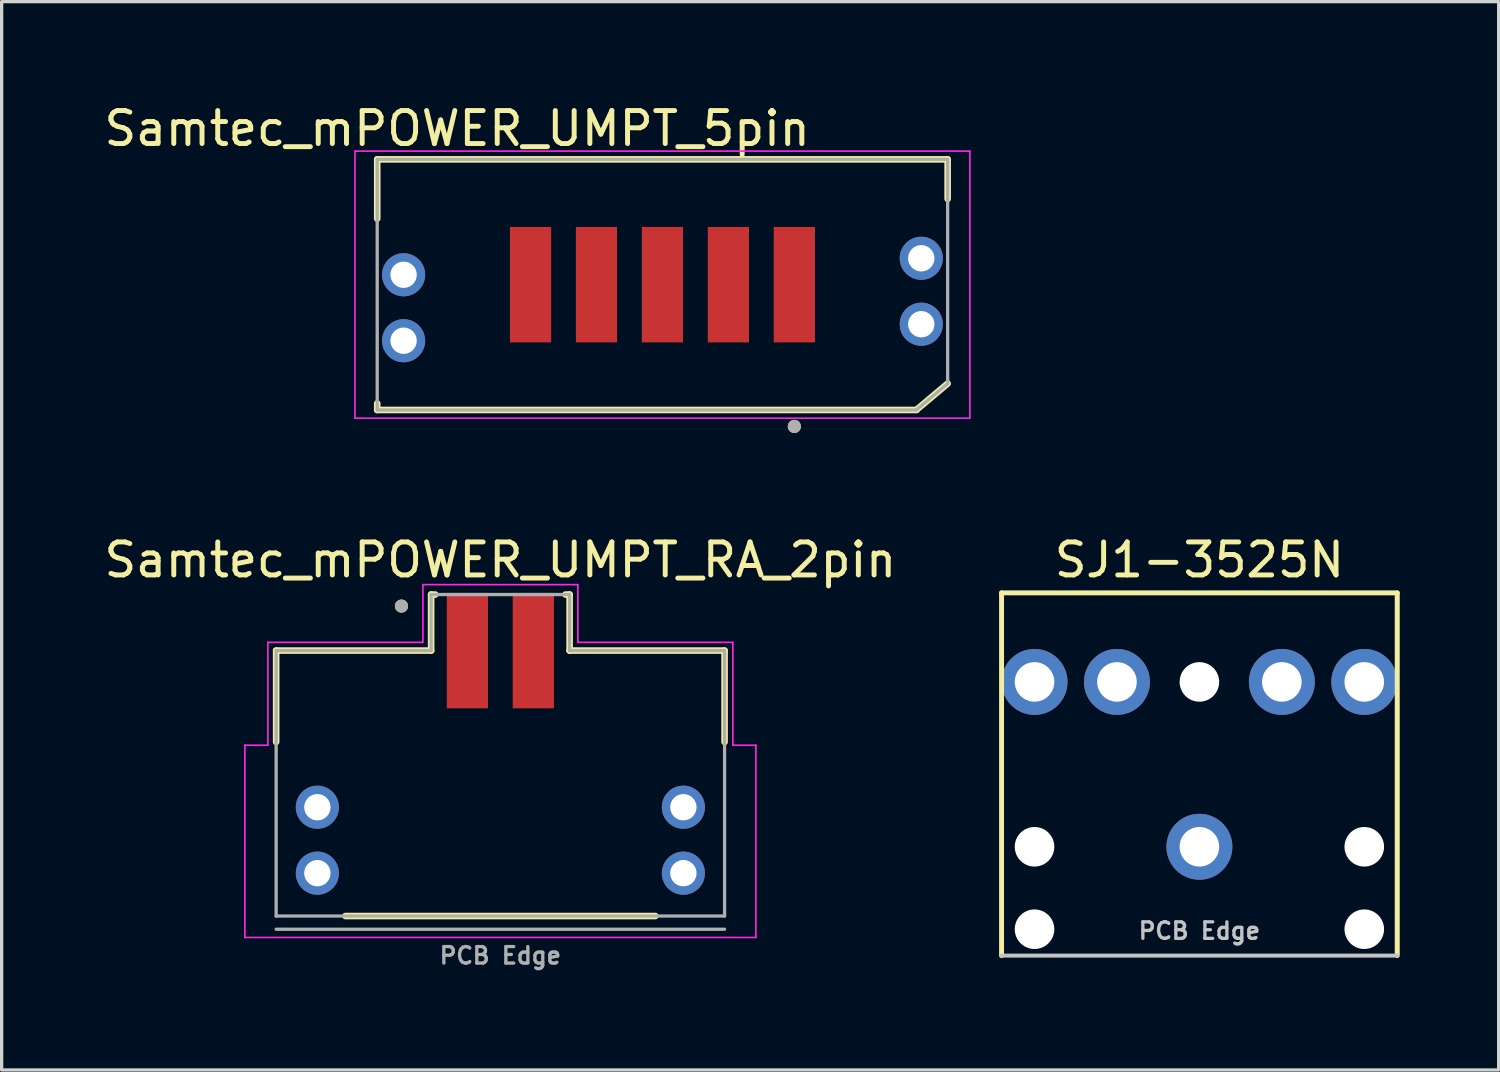
<source format=kicad_pcb>
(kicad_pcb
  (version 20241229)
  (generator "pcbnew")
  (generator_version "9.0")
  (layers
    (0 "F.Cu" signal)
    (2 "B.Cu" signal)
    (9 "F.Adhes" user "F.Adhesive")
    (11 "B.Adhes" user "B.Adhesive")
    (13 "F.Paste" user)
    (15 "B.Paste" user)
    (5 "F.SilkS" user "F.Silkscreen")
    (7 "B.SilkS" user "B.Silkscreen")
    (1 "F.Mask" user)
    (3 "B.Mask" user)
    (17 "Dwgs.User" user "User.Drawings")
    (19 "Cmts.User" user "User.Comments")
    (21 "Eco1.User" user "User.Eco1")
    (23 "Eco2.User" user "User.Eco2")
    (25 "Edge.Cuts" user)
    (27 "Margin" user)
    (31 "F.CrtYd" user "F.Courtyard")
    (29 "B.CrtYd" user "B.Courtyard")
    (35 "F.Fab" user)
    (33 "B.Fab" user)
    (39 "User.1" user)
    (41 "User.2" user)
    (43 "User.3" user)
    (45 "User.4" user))
  (footprint "Samtec_mPOWER_UMPT_RA_2pin"
    (layer "F.Cu")
    (at 12.125 22.431)
    (property "Reference" "Samtec_mPOWER_UMPT_RA_2pin" (at 0 -8.5 0) (layer "F.SilkS") (effects (font (size 1 1) (thickness 0.15))))
    (attr through_hole)
    (fp_line (start -6.8 -5.75) (end -6.8 -2.98) (stroke (width 0.2) (type solid)) (layer "F.SilkS"))
    (fp_line (start -6.8 -5.75) (end -2.1 -5.75) (stroke (width 0.2) (type solid)) (layer "F.SilkS"))
    (fp_line (start -2.1 -7.45) (end -1.975 -7.45) (stroke (width 0.2) (type solid)) (layer "F.SilkS"))
    (fp_line (start -2.1 -5.75) (end -2.1 -7.45) (stroke (width 0.2) (type solid)) (layer "F.SilkS"))
    (fp_line (start 1.975 -7.45) (end 2.1 -7.45) (stroke (width 0.2) (type solid)) (layer "F.SilkS"))
    (fp_line (start 2.1 -7.45) (end 2.1 -5.75) (stroke (width 0.2) (type solid)) (layer "F.SilkS"))
    (fp_line (start 2.1 -5.75) (end 6.8 -5.75) (stroke (width 0.2) (type solid)) (layer "F.SilkS"))
    (fp_line (start 4.7 2.3) (end -4.7 2.3) (stroke (width 0.2) (type solid)) (layer "F.SilkS"))
    (fp_line (start 6.8 -5.75) (end 6.8 -2.98) (stroke (width 0.2) (type solid)) (layer "F.SilkS"))
    (fp_circle (center -3 -7.1) (end -2.9 -7.1) (stroke (width 0.2) (type solid)) (fill no) (layer "F.SilkS"))
    (fp_poly (pts (xy -7.5 -2.63) (xy -5.05 -2.63) (xy -5.05 -0.35) (xy -7.5 -0.35)) (stroke (width 0.01) (type solid)) (fill yes) (layer "F.Paste"))
    (fp_poly (pts (xy -7.5 0.35) (xy -5.05 0.35) (xy -5.05 2.63) (xy -7.5 2.63)) (stroke (width 0.01) (type solid)) (fill yes) (layer "F.Paste"))
    (fp_poly (pts (xy 5.05 -2.63) (xy 7.5 -2.63) (xy 7.5 -0.35) (xy 5.05 -0.35)) (stroke (width 0.01) (type solid)) (fill yes) (layer "F.Paste"))
    (fp_poly (pts (xy 5.05 0.35) (xy 7.5 0.35) (xy 7.5 2.63) (xy 5.05 2.63)) (stroke (width 0.01) (type solid)) (fill yes) (layer "F.Paste"))
    (fp_line (start -7.75 -2.88) (end -7.75 2.95) (stroke (width 0.05) (type solid)) (layer "F.CrtYd"))
    (fp_line (start -7.75 2.95) (end 7.75 2.95) (stroke (width 0.05) (type solid)) (layer "F.CrtYd"))
    (fp_line (start -7.05 -6) (end -2.35 -6) (stroke (width 0.05) (type solid)) (layer "F.CrtYd"))
    (fp_line (start -7.05 -2.88) (end -7.75 -2.88) (stroke (width 0.05) (type solid)) (layer "F.CrtYd"))
    (fp_line (start -7.05 -2.88) (end -7.05 -6) (stroke (width 0.05) (type solid)) (layer "F.CrtYd"))
    (fp_line (start -2.35 -7.75) (end 2.35 -7.75) (stroke (width 0.05) (type solid)) (layer "F.CrtYd"))
    (fp_line (start -2.35 -6) (end -2.35 -7.75) (stroke (width 0.05) (type solid)) (layer "F.CrtYd"))
    (fp_line (start 2.35 -7.75) (end 2.35 -6) (stroke (width 0.05) (type solid)) (layer "F.CrtYd"))
    (fp_line (start 2.35 -6) (end 7.05 -6) (stroke (width 0.05) (type solid)) (layer "F.CrtYd"))
    (fp_line (start 7.05 -6) (end 7.05 -2.88) (stroke (width 0.05) (type solid)) (layer "F.CrtYd"))
    (fp_line (start 7.05 -2.88) (end 7.75 -2.88) (stroke (width 0.05) (type solid)) (layer "F.CrtYd"))
    (fp_line (start 7.75 -2.88) (end 7.75 2.95) (stroke (width 0.05) (type solid)) (layer "F.CrtYd"))
    (fp_line (start -6.8 -5.75) (end -2.1 -5.75) (stroke (width 0.1) (type solid)) (layer "F.Fab"))
    (fp_line (start -6.8 2.3) (end -6.8 -5.75) (stroke (width 0.1) (type solid)) (layer "F.Fab"))
    (fp_line (start -6.8 2.7) (end 6.8 2.7) (stroke (width 0.1) (type solid)) (layer "F.Fab"))
    (fp_line (start -2.1 -7.45) (end 2.1 -7.45) (stroke (width 0.1) (type solid)) (layer "F.Fab"))
    (fp_line (start -2.1 -5.75) (end -2.1 -7.45) (stroke (width 0.1) (type solid)) (layer "F.Fab"))
    (fp_line (start 2.1 -7.45) (end 2.1 -5.75) (stroke (width 0.1) (type solid)) (layer "F.Fab"))
    (fp_line (start 2.1 -5.75) (end 6.8 -5.75) (stroke (width 0.1) (type solid)) (layer "F.Fab"))
    (fp_line (start 6.8 -5.75) (end 6.8 2.3) (stroke (width 0.1) (type solid)) (layer "F.Fab"))
    (fp_line (start 6.8 2.3) (end -6.8 2.3) (stroke (width 0.1) (type solid)) (layer "F.Fab"))
    (fp_circle (center -3 -7.1) (end -2.9 -7.1) (stroke (width 0.2) (type solid)) (fill no) (layer "F.Fab"))
    (fp_text user "PCB Edge" (at 0 3.5 0) (layer "F.Fab") (effects (font (size 0.5 0.5) (thickness 0.1))))
    (pad "1" smd rect (at -1 -5.75) (size 1.25 3.5) (layers "F.Cu" "F.Mask" "F.Paste"))
    (pad "2" smd rect (at 1 -5.75) (size 1.25 3.5) (layers "F.Cu" "F.Mask" "F.Paste"))
    (pad "MP" thru_hole circle (at -5.55 -1) (size 1.308 1.308) (drill 0.8) (layers "*.Cu" "*.Mask"))
    (pad "MP" thru_hole circle (at -5.55 1) (size 1.308 1.308) (drill 0.8) (layers "*.Cu" "*.Mask"))
    (pad "MP" thru_hole circle (at 5.55 -1) (size 1.308 1.308) (drill 0.8) (layers "*.Cu" "*.Mask"))
    (pad "MP" thru_hole circle (at 5.55 1) (size 1.308 1.308) (drill 0.8) (layers "*.Cu" "*.Mask")))
  (footprint "SJ1-3525N"
    (layer "F.Cu")
    (at 33.325 25.931)
    (property "Reference" "SJ1-3525N" (at 0 -12 0) (layer "F.SilkS") (effects (font (size 1 1) (thickness 0.15))))
    (attr through_hole)
    (fp_line (start -6 -11) (end 6 -11) (stroke (width 0.15) (type solid)) (layer "F.SilkS"))
    (fp_line (start -6 0) (end -6 -11) (stroke (width 0.15) (type solid)) (layer "F.SilkS"))
    (fp_line (start 6 0) (end 6 -11) (stroke (width 0.15) (type solid)) (layer "F.SilkS"))
    (fp_line (start -6 0) (end 6 0) (stroke (width 0.12) (type solid)) (layer "Dwgs.User"))
    (fp_text user "PCB Edge" (at 0 -0.75 0) (layer "Dwgs.User") (effects (font (size 0.5 0.5) (thickness 0.1))))
    (pad "" np_thru_hole circle (at -5 -3.3) (size 1.2 1.2) (drill 1.2) (layers "*.Cu" "*.Mask"))
    (pad "" np_thru_hole circle (at -5 -0.8) (size 1.2 1.2) (drill 1.2) (layers "*.Cu" "*.Mask"))
    (pad "" np_thru_hole circle (at 0 -8.3) (size 1.2 1.2) (drill 1.2) (layers "*.Cu" "*.Mask"))
    (pad "" np_thru_hole circle (at 5 -3.3) (size 1.2 1.2) (drill 1.2) (layers "*.Cu" "*.Mask"))
    (pad "" np_thru_hole circle (at 5 -0.8) (size 1.2 1.2) (drill 1.2) (layers "*.Cu" "*.Mask"))
    (pad "R" thru_hole circle (at -5 -8.3) (size 2 2) (drill 1.2) (layers "*.Cu" "*.Mask"))
    (pad "RN" thru_hole circle (at -2.5 -8.3 90) (size 2 2) (drill 1.2) (layers "*.Cu" "*.Mask"))
    (pad "S" thru_hole circle (at 0 -3.3) (size 2 2) (drill 1.2) (layers "*.Cu" "*.Mask"))
    (pad "T" thru_hole circle (at 5 -8.3) (size 2 2) (drill 1.2) (layers "*.Cu" "*.Mask"))
    (pad "TN" thru_hole circle (at 2.5 -8.3) (size 2 2) (drill 1.2) (layers "*.Cu" "*.Mask")))
  (footprint "Samtec_mPOWER_UMPT_5pin"
    (layer "F.Cu")
    (at 17.04 5.583)
    (property "Reference" "Samtec_mPOWER_UMPT_5pin" (at -6.225 -4.735 0) (layer "F.SilkS") (effects (font (size 1 1) (thickness 0.15))))
    (attr through_hole)
    (fp_line (start -8.65 -3.8) (end 8.65 -3.8) (stroke (width 0.2) (type solid)) (layer "F.SilkS"))
    (fp_line (start -8.65 -2) (end -8.65 -3.8) (stroke (width 0.2) (type solid)) (layer "F.SilkS"))
    (fp_line (start -8.65 3.6) (end -8.65 3.8) (stroke (width 0.2) (type solid)) (layer "F.SilkS"))
    (fp_line (start -8.65 3.8) (end 7.7 3.8) (stroke (width 0.2) (type solid)) (layer "F.SilkS"))
    (fp_line (start 7.7 3.8) (end 8.65 3) (stroke (width 0.2) (type solid)) (layer "F.SilkS"))
    (fp_line (start 8.65 -3.8) (end 8.65 -2.6) (stroke (width 0.2) (type solid)) (layer "F.SilkS"))
    (fp_circle (center 4 4.3) (end 4.1 4.3) (stroke (width 0.2) (type solid)) (fill no) (layer "F.SilkS"))
    (fp_poly (pts (xy -9.075 -1.78) (xy -6.625 -1.78) (xy -6.625 0.5) (xy -9.075 0.5)) (stroke (width 0.01) (type solid)) (fill yes) (layer "F.Paste"))
    (fp_poly (pts (xy -9.075 0.9) (xy -6.625 0.9) (xy -6.625 3.18) (xy -9.075 3.18)) (stroke (width 0.01) (type solid)) (fill yes) (layer "F.Paste"))
    (fp_poly (pts (xy 6.625 -2.28) (xy 9.075 -2.28) (xy 9.075 0) (xy 6.625 0)) (stroke (width 0.01) (type solid)) (fill yes) (layer "F.Paste"))
    (fp_poly (pts (xy 6.625 0.4) (xy 9.075 0.4) (xy 9.075 2.68) (xy 6.625 2.68)) (stroke (width 0.01) (type solid)) (fill yes) (layer "F.Paste"))
    (fp_line (start -9.325 -4.05) (end 9.325 -4.05) (stroke (width 0.05) (type solid)) (layer "F.CrtYd"))
    (fp_line (start -9.325 4.05) (end -9.325 -4.05) (stroke (width 0.05) (type solid)) (layer "F.CrtYd"))
    (fp_line (start 9.325 -4.05) (end 9.325 4.05) (stroke (width 0.05) (type solid)) (layer "F.CrtYd"))
    (fp_line (start 9.325 4.05) (end -9.325 4.05) (stroke (width 0.05) (type solid)) (layer "F.CrtYd"))
    (fp_line (start -8.65 -3.8) (end 8.65 -3.8) (stroke (width 0.1) (type solid)) (layer "F.Fab"))
    (fp_line (start -8.65 3.8) (end -8.65 -3.8) (stroke (width 0.1) (type solid)) (layer "F.Fab"))
    (fp_line (start 7.7 3.8) (end -8.65 3.8) (stroke (width 0.1) (type solid)) (layer "F.Fab"))
    (fp_line (start 7.7 3.8) (end 8.65 3) (stroke (width 0.1) (type solid)) (layer "F.Fab"))
    (fp_line (start 8.65 -3.8) (end 8.65 3) (stroke (width 0.1) (type solid)) (layer "F.Fab"))
    (fp_circle (center 4 4.3) (end 4.1 4.3) (stroke (width 0.2) (type solid)) (fill no) (layer "F.Fab"))
    (pad "" thru_hole circle (at -7.85 -0.3) (size 1.308 1.308) (drill 0.8) (layers "*.Cu" "*.Mask"))
    (pad "" thru_hole circle (at -7.85 1.7) (size 1.308 1.308) (drill 0.8) (layers "*.Cu" "*.Mask"))
    (pad "" thru_hole circle (at 7.85 -0.8) (size 1.308 1.308) (drill 0.8) (layers "*.Cu" "*.Mask"))
    (pad "" thru_hole circle (at 7.85 1.2) (size 1.308 1.308) (drill 0.8) (layers "*.Cu" "*.Mask"))
    (pad "1" smd rect (at 4 0) (size 1.25 3.5) (layers "F.Cu" "F.Mask" "F.Paste"))
    (pad "2" smd rect (at 2 0) (size 1.25 3.5) (layers "F.Cu" "F.Mask" "F.Paste"))
    (pad "3" smd rect (at 0 0) (size 1.25 3.5) (layers "F.Cu" "F.Mask" "F.Paste"))
    (pad "4" smd rect (at -2 0) (size 1.25 3.5) (layers "F.Cu" "F.Mask" "F.Paste"))
    (pad "5" smd rect (at -4 0) (size 1.25 3.5) (layers "F.Cu" "F.Mask" "F.Paste")))
  (gr_rect
    (start -3 -3)
    (end 42.4 29.399)
    (stroke (width 0.1) (type default))
    (fill no)
    (layer "Edge.Cuts")))
</source>
